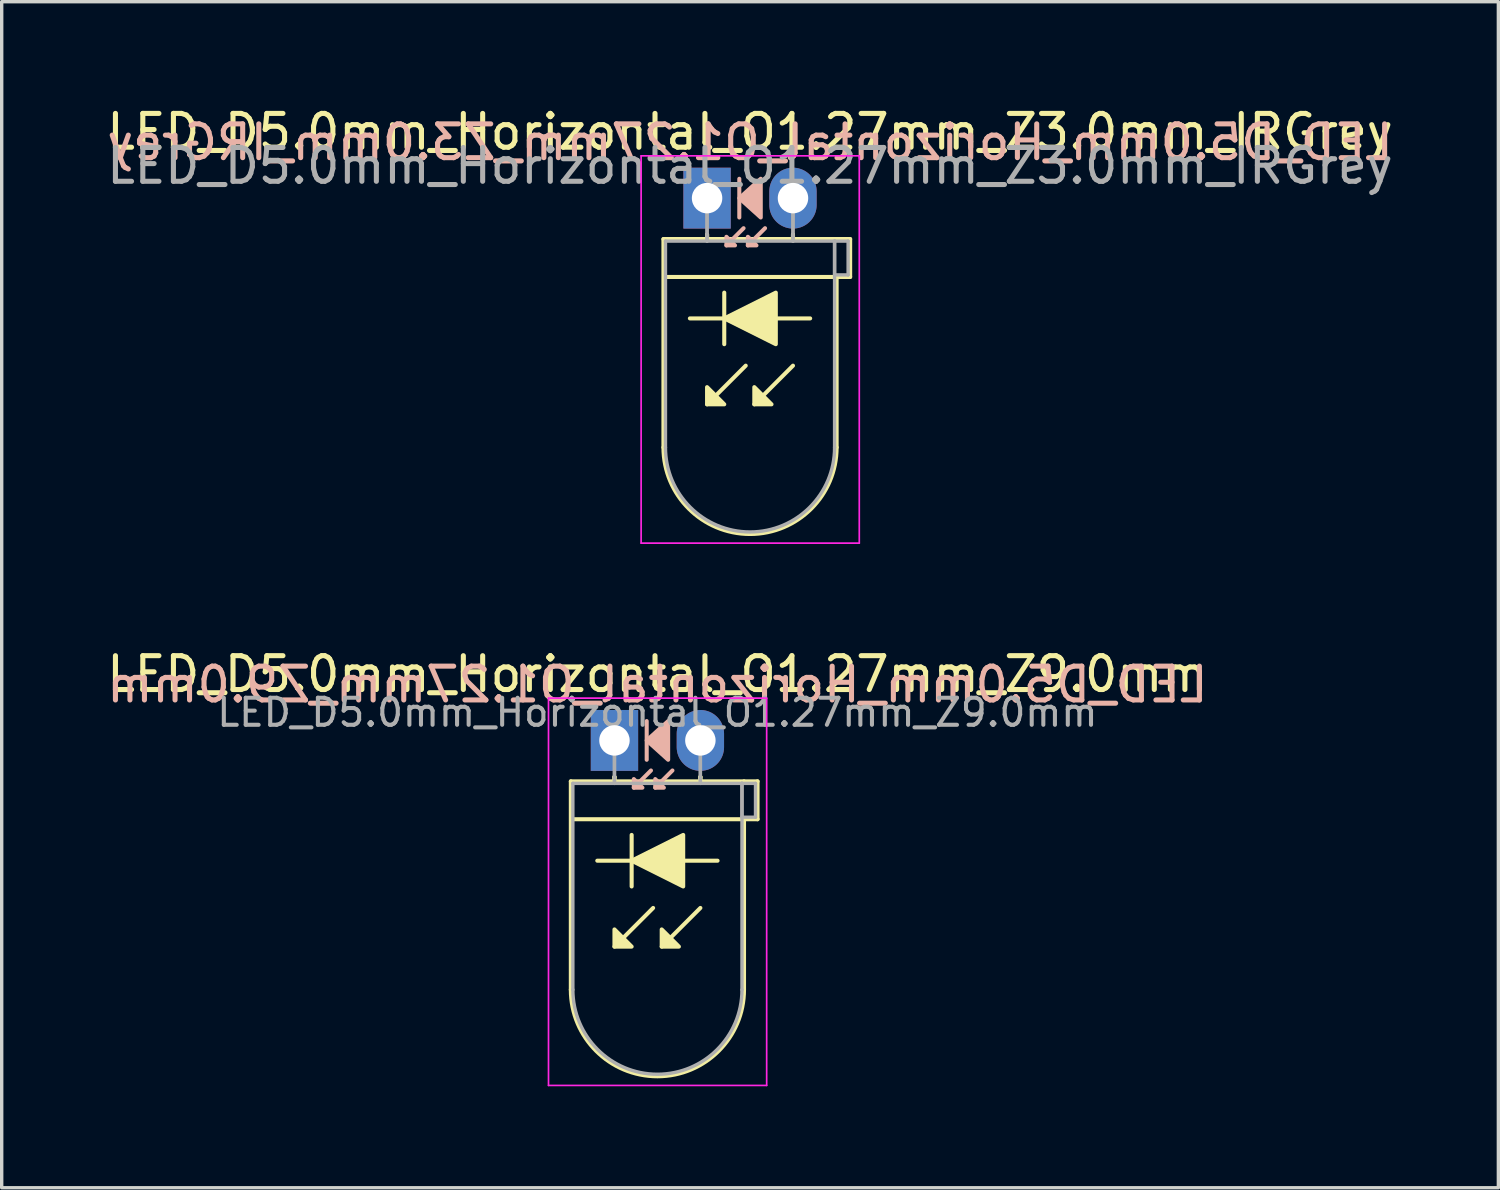
<source format=kicad_pcb>
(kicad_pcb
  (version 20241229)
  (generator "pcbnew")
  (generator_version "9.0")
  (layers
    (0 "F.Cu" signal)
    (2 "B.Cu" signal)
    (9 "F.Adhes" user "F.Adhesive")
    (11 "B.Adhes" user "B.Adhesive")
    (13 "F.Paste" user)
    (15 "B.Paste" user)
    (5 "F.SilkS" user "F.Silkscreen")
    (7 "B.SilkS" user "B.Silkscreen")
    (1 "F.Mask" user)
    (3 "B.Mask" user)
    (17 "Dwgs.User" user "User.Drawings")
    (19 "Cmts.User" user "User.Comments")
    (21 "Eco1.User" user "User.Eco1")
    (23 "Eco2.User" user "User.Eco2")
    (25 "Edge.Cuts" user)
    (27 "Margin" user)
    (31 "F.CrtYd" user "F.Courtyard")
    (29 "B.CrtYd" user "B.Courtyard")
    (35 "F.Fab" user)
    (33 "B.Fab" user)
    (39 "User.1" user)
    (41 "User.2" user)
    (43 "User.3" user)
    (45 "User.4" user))
  (footprint "LED_D5.0mm_Horizontal_O1.27mm_Z3.0mm_IRGrey"
    (layer "F.Cu")
    (at 17.855 2.808)
    (property "Reference" "LED_D5.0mm_Horizontal_O1.27mm_Z3.0mm_IRGrey" (at 1.27 -1.96 0) (layer "F.SilkS") (effects (font (size 1 1) (thickness 0.15))))
    (fp_line (start -1.29 1.21) (end -1.29 7.37) (stroke (width 0.12) (type solid)) (layer "F.SilkS"))
    (fp_line (start -1.29 1.21) (end 3.83 1.21) (stroke (width 0.12) (type solid)) (layer "F.SilkS"))
    (fp_line (start 0 1.08) (end 0 1.08) (stroke (width 0.12) (type solid)) (layer "F.SilkS"))
    (fp_line (start 0 1.08) (end 0 1.21) (stroke (width 0.12) (type solid)) (layer "F.SilkS"))
    (fp_line (start 0 1.21) (end 0 1.08) (stroke (width 0.12) (type solid)) (layer "F.SilkS"))
    (fp_line (start 0 1.21) (end 0 1.21) (stroke (width 0.12) (type solid)) (layer "F.SilkS"))
    (fp_line (start 0.508 2.794) (end 0.508 4.318) (stroke (width 0.12) (type solid)) (layer "F.SilkS"))
    (fp_line (start 0.508 3.556) (end -0.508 3.556) (stroke (width 0.12) (type solid)) (layer "F.SilkS"))
    (fp_line (start 1.143 4.953) (end 0 6.096) (stroke (width 0.12) (type solid)) (layer "F.SilkS"))
    (fp_line (start 2.54 1.08) (end 2.54 1.08) (stroke (width 0.12) (type solid)) (layer "F.SilkS"))
    (fp_line (start 2.54 1.08) (end 2.54 1.21) (stroke (width 0.12) (type solid)) (layer "F.SilkS"))
    (fp_line (start 2.54 1.21) (end 2.54 1.08) (stroke (width 0.12) (type solid)) (layer "F.SilkS"))
    (fp_line (start 2.54 1.21) (end 2.54 1.21) (stroke (width 0.12) (type solid)) (layer "F.SilkS"))
    (fp_line (start 2.54 4.953) (end 1.397 6.096) (stroke (width 0.12) (type solid)) (layer "F.SilkS"))
    (fp_line (start 3.048 3.556) (end 2.032 3.556) (stroke (width 0.12) (type solid)) (layer "F.SilkS"))
    (fp_line (start 3.83 1.21) (end 4.23 1.21) (stroke (width 0.12) (type solid)) (layer "F.SilkS"))
    (fp_line (start 3.83 2.33) (end 3.83 7.37) (stroke (width 0.12) (type solid)) (layer "F.SilkS"))
    (fp_line (start 4.23 1.21) (end 4.23 2.33) (stroke (width 0.12) (type solid)) (layer "F.SilkS"))
    (fp_line (start 4.23 2.33) (end -1.27 2.33) (stroke (width 0.12) (type solid)) (layer "F.SilkS"))
    (fp_arc (start 3.83 7.37) (mid 1.27 9.93) (end -1.29 7.37) (stroke (width 0.12) (type solid)) (layer "F.SilkS"))
    (fp_poly (pts (xy 0 5.588) (xy 0.508 6.096) (xy 0 6.096)) (stroke (width 0.12) (type solid)) (fill yes) (layer "F.SilkS"))
    (fp_poly (pts (xy 1.397 5.588) (xy 1.905 6.096) (xy 1.397 6.096)) (stroke (width 0.12) (type solid)) (fill yes) (layer "F.SilkS"))
    (fp_poly (pts (xy 2.032 4.318) (xy 0.508 3.556) (xy 2.032 2.794)) (stroke (width 0.12) (type solid)) (fill yes) (layer "F.SilkS"))
    (fp_line (start 0.953 -0.572) (end 0.953 0.572) (stroke (width 0.12) (type solid)) (layer "B.SilkS"))
    (fp_line (start 1.079 0.889) (end 0.572 1.397) (stroke (width 0.12) (type solid)) (layer "B.SilkS"))
    (fp_line (start 1.714 0.889) (end 1.206 1.397) (stroke (width 0.12) (type solid)) (layer "B.SilkS"))
    (fp_poly (pts (xy 0.572 1.143) (xy 0.826 1.397) (xy 0.572 1.397)) (stroke (width 0.12) (type solid)) (fill yes) (layer "B.SilkS"))
    (fp_poly (pts (xy 1.206 1.143) (xy 1.46 1.397) (xy 1.206 1.397)) (stroke (width 0.12) (type solid)) (fill yes) (layer "B.SilkS"))
    (fp_poly (pts (xy 1.587 0.572) (xy 0.953 0) (xy 1.587 -0.572)) (stroke (width 0.12) (type solid)) (fill yes) (layer "B.SilkS"))
    (fp_line (start -1.95 -1.25) (end -1.95 10.2) (stroke (width 0.05) (type solid)) (layer "F.CrtYd"))
    (fp_line (start -1.95 10.2) (end 4.5 10.2) (stroke (width 0.05) (type solid)) (layer "F.CrtYd"))
    (fp_line (start 4.5 -1.25) (end -1.95 -1.25) (stroke (width 0.05) (type solid)) (layer "F.CrtYd"))
    (fp_line (start 4.5 10.2) (end 4.5 -1.25) (stroke (width 0.05) (type solid)) (layer "F.CrtYd"))
    (fp_line (start -1.23 1.27) (end -1.23 7.37) (stroke (width 0.1) (type solid)) (layer "F.Fab"))
    (fp_line (start -1.23 1.27) (end 3.77 1.27) (stroke (width 0.1) (type solid)) (layer "F.Fab"))
    (fp_line (start 0 0) (end 0 0) (stroke (width 0.1) (type solid)) (layer "F.Fab"))
    (fp_line (start 0 0) (end 0 1.27) (stroke (width 0.1) (type solid)) (layer "F.Fab"))
    (fp_line (start 0 1.27) (end 0 0) (stroke (width 0.1) (type solid)) (layer "F.Fab"))
    (fp_line (start 0 1.27) (end 0 1.27) (stroke (width 0.1) (type solid)) (layer "F.Fab"))
    (fp_line (start 2.54 0) (end 2.54 0) (stroke (width 0.1) (type solid)) (layer "F.Fab"))
    (fp_line (start 2.54 0) (end 2.54 1.27) (stroke (width 0.1) (type solid)) (layer "F.Fab"))
    (fp_line (start 2.54 1.27) (end 2.54 0) (stroke (width 0.1) (type solid)) (layer "F.Fab"))
    (fp_line (start 2.54 1.27) (end 2.54 1.27) (stroke (width 0.1) (type solid)) (layer "F.Fab"))
    (fp_line (start 3.77 1.27) (end 3.77 7.37) (stroke (width 0.1) (type solid)) (layer "F.Fab"))
    (fp_line (start 3.77 1.27) (end 4.17 1.27) (stroke (width 0.1) (type solid)) (layer "F.Fab"))
    (fp_line (start 3.77 2.27) (end 3.77 1.27) (stroke (width 0.1) (type solid)) (layer "F.Fab"))
    (fp_line (start 4.17 1.27) (end 4.17 2.27) (stroke (width 0.1) (type solid)) (layer "F.Fab"))
    (fp_line (start 4.17 2.27) (end 3.77 2.27) (stroke (width 0.1) (type solid)) (layer "F.Fab"))
    (fp_arc (start 3.77 7.37) (mid 1.27 9.87) (end -1.23 7.37) (stroke (width 0.1) (type solid)) (layer "F.Fab"))
    (fp_text user "${REFERENCE}" (at 1.27 -1.651 0) (layer "B.SilkS") (effects (font (size 1 1) (thickness 0.15)) (justify mirror)))
    (fp_text user "${REFERENCE}" (at 1.27 -0.953 0) (layer "F.Fab") (effects (font (size 1 1) (thickness 0.15))))
    (pad "1" thru_hole rect (at 0 0) (size 1.4 1.8) (drill 0.9) (layers "*.Cu" "*.Mask"))
    (pad "2" thru_hole oval (at 2.54 0) (size 1.4 1.8) (drill 0.9) (layers "*.Cu" "*.Mask")))
  (footprint "LED_D5.0mm_Horizontal_O1.27mm_Z9.0mm"
    (layer "F.Cu")
    (at 15.117 18.841)
    (property "Reference" "LED_D5.0mm_Horizontal_O1.27mm_Z9.0mm" (at 1.27 -1.96 0) (layer "F.SilkS") (effects (font (size 1 1) (thickness 0.15))))
    (fp_line (start -1.29 1.21) (end -1.29 7.37) (stroke (width 0.12) (type solid)) (layer "F.SilkS"))
    (fp_line (start -1.29 1.21) (end 3.83 1.21) (stroke (width 0.12) (type solid)) (layer "F.SilkS"))
    (fp_line (start 0 1.08) (end 0 1.08) (stroke (width 0.12) (type solid)) (layer "F.SilkS"))
    (fp_line (start 0 1.08) (end 0 1.21) (stroke (width 0.12) (type solid)) (layer "F.SilkS"))
    (fp_line (start 0 1.21) (end 0 1.08) (stroke (width 0.12) (type solid)) (layer "F.SilkS"))
    (fp_line (start 0 1.21) (end 0 1.21) (stroke (width 0.12) (type solid)) (layer "F.SilkS"))
    (fp_line (start 0.508 2.794) (end 0.508 4.318) (stroke (width 0.12) (type solid)) (layer "F.SilkS"))
    (fp_line (start 0.508 3.556) (end -0.508 3.556) (stroke (width 0.12) (type solid)) (layer "F.SilkS"))
    (fp_line (start 1.143 4.953) (end 0 6.096) (stroke (width 0.12) (type solid)) (layer "F.SilkS"))
    (fp_line (start 2.54 1.08) (end 2.54 1.08) (stroke (width 0.12) (type solid)) (layer "F.SilkS"))
    (fp_line (start 2.54 1.08) (end 2.54 1.21) (stroke (width 0.12) (type solid)) (layer "F.SilkS"))
    (fp_line (start 2.54 1.21) (end 2.54 1.08) (stroke (width 0.12) (type solid)) (layer "F.SilkS"))
    (fp_line (start 2.54 1.21) (end 2.54 1.21) (stroke (width 0.12) (type solid)) (layer "F.SilkS"))
    (fp_line (start 2.54 4.953) (end 1.397 6.096) (stroke (width 0.12) (type solid)) (layer "F.SilkS"))
    (fp_line (start 3.048 3.556) (end 2.032 3.556) (stroke (width 0.12) (type solid)) (layer "F.SilkS"))
    (fp_line (start 3.83 1.21) (end 4.23 1.21) (stroke (width 0.12) (type solid)) (layer "F.SilkS"))
    (fp_line (start 3.83 2.33) (end 3.83 7.37) (stroke (width 0.12) (type solid)) (layer "F.SilkS"))
    (fp_line (start 4.23 1.21) (end 4.23 2.33) (stroke (width 0.12) (type solid)) (layer "F.SilkS"))
    (fp_line (start 4.23 2.33) (end -1.27 2.33) (stroke (width 0.12) (type solid)) (layer "F.SilkS"))
    (fp_arc (start 3.83 7.37) (mid 1.27 9.93) (end -1.29 7.37) (stroke (width 0.12) (type solid)) (layer "F.SilkS"))
    (fp_poly (pts (xy 0 5.588) (xy 0.508 6.096) (xy 0 6.096)) (stroke (width 0.12) (type solid)) (fill yes) (layer "F.SilkS"))
    (fp_poly (pts (xy 1.397 5.588) (xy 1.905 6.096) (xy 1.397 6.096)) (stroke (width 0.12) (type solid)) (fill yes) (layer "F.SilkS"))
    (fp_poly (pts (xy 2.032 4.318) (xy 0.508 3.556) (xy 2.032 2.794)) (stroke (width 0.12) (type solid)) (fill yes) (layer "F.SilkS"))
    (fp_line (start 0.953 -0.572) (end 0.953 0.572) (stroke (width 0.12) (type solid)) (layer "B.SilkS"))
    (fp_line (start 1.079 0.889) (end 0.572 1.397) (stroke (width 0.12) (type solid)) (layer "B.SilkS"))
    (fp_line (start 1.714 0.889) (end 1.206 1.397) (stroke (width 0.12) (type solid)) (layer "B.SilkS"))
    (fp_poly (pts (xy 0.572 1.143) (xy 0.826 1.397) (xy 0.572 1.397)) (stroke (width 0.12) (type solid)) (fill yes) (layer "B.SilkS"))
    (fp_poly (pts (xy 1.206 1.143) (xy 1.46 1.397) (xy 1.206 1.397)) (stroke (width 0.12) (type solid)) (fill yes) (layer "B.SilkS"))
    (fp_poly (pts (xy 1.587 0.572) (xy 0.953 0) (xy 1.587 -0.572)) (stroke (width 0.12) (type solid)) (fill yes) (layer "B.SilkS"))
    (fp_line (start -1.95 -1.25) (end -1.95 10.2) (stroke (width 0.05) (type solid)) (layer "F.CrtYd"))
    (fp_line (start -1.95 10.2) (end 4.5 10.2) (stroke (width 0.05) (type solid)) (layer "F.CrtYd"))
    (fp_line (start 4.5 -1.25) (end -1.95 -1.25) (stroke (width 0.05) (type solid)) (layer "F.CrtYd"))
    (fp_line (start 4.5 10.2) (end 4.5 -1.25) (stroke (width 0.05) (type solid)) (layer "F.CrtYd"))
    (fp_line (start -1.23 1.27) (end -1.23 7.37) (stroke (width 0.1) (type solid)) (layer "F.Fab"))
    (fp_line (start -1.23 1.27) (end 3.77 1.27) (stroke (width 0.1) (type solid)) (layer "F.Fab"))
    (fp_line (start 0 0) (end 0 0) (stroke (width 0.1) (type solid)) (layer "F.Fab"))
    (fp_line (start 0 0) (end 0 1.27) (stroke (width 0.1) (type solid)) (layer "F.Fab"))
    (fp_line (start 0 1.27) (end 0 0) (stroke (width 0.1) (type solid)) (layer "F.Fab"))
    (fp_line (start 0 1.27) (end 0 1.27) (stroke (width 0.1) (type solid)) (layer "F.Fab"))
    (fp_line (start 2.54 0) (end 2.54 0) (stroke (width 0.1) (type solid)) (layer "F.Fab"))
    (fp_line (start 2.54 0) (end 2.54 1.27) (stroke (width 0.1) (type solid)) (layer "F.Fab"))
    (fp_line (start 2.54 1.27) (end 2.54 0) (stroke (width 0.1) (type solid)) (layer "F.Fab"))
    (fp_line (start 2.54 1.27) (end 2.54 1.27) (stroke (width 0.1) (type solid)) (layer "F.Fab"))
    (fp_line (start 3.77 1.27) (end 3.77 7.37) (stroke (width 0.1) (type solid)) (layer "F.Fab"))
    (fp_line (start 3.77 1.27) (end 4.17 1.27) (stroke (width 0.1) (type solid)) (layer "F.Fab"))
    (fp_line (start 3.77 2.27) (end 3.77 1.27) (stroke (width 0.1) (type solid)) (layer "F.Fab"))
    (fp_line (start 4.17 1.27) (end 4.17 2.27) (stroke (width 0.1) (type solid)) (layer "F.Fab"))
    (fp_line (start 4.17 2.27) (end 3.77 2.27) (stroke (width 0.1) (type solid)) (layer "F.Fab"))
    (fp_arc (start 3.77 7.37) (mid 1.27 9.87) (end -1.23 7.37) (stroke (width 0.1) (type solid)) (layer "F.Fab"))
    (fp_text user "${REFERENCE}" (at 1.27 -1.651 0) (layer "B.SilkS") (effects (font (size 1 1) (thickness 0.15)) (justify mirror)))
    (fp_text user "${REFERENCE}" (at 1.27 -0.826 0) (layer "F.Fab") (effects (font (size 0.8 0.8) (thickness 0.12))))
    (pad "1" thru_hole rect (at 0 0) (size 1.4 1.8) (drill 0.9) (layers "*.Cu" "*.Mask"))
    (pad "2" thru_hole oval (at 2.54 0) (size 1.4 1.8) (drill 0.9) (layers "*.Cu" "*.Mask")))
  (gr_rect
    (start -3 -3)
    (end 41.25 32.066)
    (stroke (width 0.1) (type default))
    (fill no)
    (layer "Edge.Cuts")))
</source>
